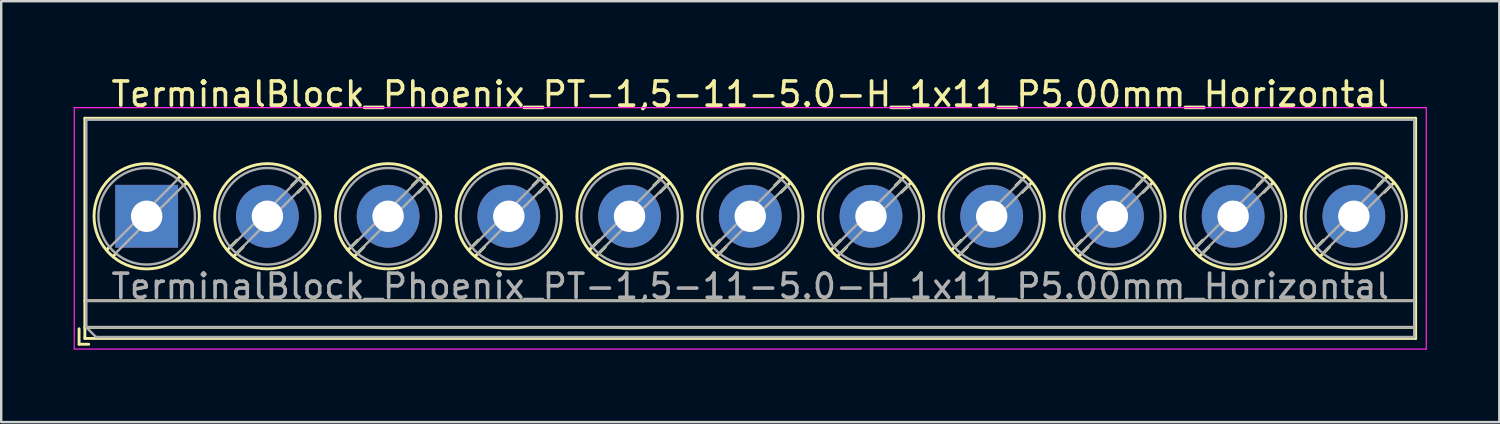
<source format=kicad_pcb>
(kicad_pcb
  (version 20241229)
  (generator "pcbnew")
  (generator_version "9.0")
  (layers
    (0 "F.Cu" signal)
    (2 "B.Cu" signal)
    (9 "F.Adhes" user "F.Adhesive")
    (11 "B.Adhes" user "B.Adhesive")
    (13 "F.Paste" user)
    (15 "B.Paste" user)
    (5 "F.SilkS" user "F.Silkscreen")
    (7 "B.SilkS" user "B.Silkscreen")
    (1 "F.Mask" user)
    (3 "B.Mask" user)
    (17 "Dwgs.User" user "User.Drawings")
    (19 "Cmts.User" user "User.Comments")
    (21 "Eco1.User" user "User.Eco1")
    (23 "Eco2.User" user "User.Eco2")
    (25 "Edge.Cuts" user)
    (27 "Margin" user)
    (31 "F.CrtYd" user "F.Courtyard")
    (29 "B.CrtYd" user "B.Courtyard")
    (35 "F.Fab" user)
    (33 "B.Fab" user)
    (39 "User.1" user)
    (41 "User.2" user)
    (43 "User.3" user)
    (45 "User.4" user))
  (footprint "TerminalBlock_Phoenix_PT-1,5-11-5.0-H_1x11_P5.00mm_Horizontal"
    (layer "F.Cu")
    (at 3.025 5.908)
    (property "Reference" "TerminalBlock_Phoenix_PT-1,5-11-5.0-H_1x11_P5.00mm_Horizontal" (at 25 -5.06 0) (layer "F.SilkS") (effects (font (size 1 1) (thickness 0.15))))
    (attr through_hole)
    (fp_line (start -2.8 4.66) (end -2.8 5.3) (stroke (width 0.12) (type solid)) (layer "F.SilkS"))
    (fp_line (start -2.8 5.3) (end -2.4 5.3) (stroke (width 0.12) (type solid)) (layer "F.SilkS"))
    (fp_line (start -2.56 -4.06) (end -2.56 5.06) (stroke (width 0.12) (type solid)) (layer "F.SilkS"))
    (fp_line (start -2.56 -4.06) (end 52.56 -4.06) (stroke (width 0.12) (type solid)) (layer "F.SilkS"))
    (fp_line (start -2.56 3.5) (end 52.56 3.5) (stroke (width 0.12) (type solid)) (layer "F.SilkS"))
    (fp_line (start -2.56 4.6) (end 52.56 4.6) (stroke (width 0.12) (type solid)) (layer "F.SilkS"))
    (fp_line (start -2.56 5.06) (end 52.56 5.06) (stroke (width 0.12) (type solid)) (layer "F.SilkS"))
    (fp_line (start -1.548 1.281) (end -1.654 1.388) (stroke (width 0.12) (type solid)) (layer "F.SilkS"))
    (fp_line (start -1.282 1.547) (end -1.388 1.654) (stroke (width 0.12) (type solid)) (layer "F.SilkS"))
    (fp_line (start 1.388 -1.654) (end 1.281 -1.547) (stroke (width 0.12) (type solid)) (layer "F.SilkS"))
    (fp_line (start 1.654 -1.388) (end 1.547 -1.281) (stroke (width 0.12) (type solid)) (layer "F.SilkS"))
    (fp_line (start 3.742 0.992) (end 3.347 1.388) (stroke (width 0.12) (type solid)) (layer "F.SilkS"))
    (fp_line (start 3.993 1.274) (end 3.613 1.654) (stroke (width 0.12) (type solid)) (layer "F.SilkS"))
    (fp_line (start 6.388 -1.654) (end 6.008 -1.274) (stroke (width 0.12) (type solid)) (layer "F.SilkS"))
    (fp_line (start 6.654 -1.388) (end 6.259 -0.992) (stroke (width 0.12) (type solid)) (layer "F.SilkS"))
    (fp_line (start 8.742 0.992) (end 8.347 1.388) (stroke (width 0.12) (type solid)) (layer "F.SilkS"))
    (fp_line (start 8.993 1.274) (end 8.613 1.654) (stroke (width 0.12) (type solid)) (layer "F.SilkS"))
    (fp_line (start 11.388 -1.654) (end 11.008 -1.274) (stroke (width 0.12) (type solid)) (layer "F.SilkS"))
    (fp_line (start 11.654 -1.388) (end 11.259 -0.992) (stroke (width 0.12) (type solid)) (layer "F.SilkS"))
    (fp_line (start 13.742 0.992) (end 13.347 1.388) (stroke (width 0.12) (type solid)) (layer "F.SilkS"))
    (fp_line (start 13.993 1.274) (end 13.613 1.654) (stroke (width 0.12) (type solid)) (layer "F.SilkS"))
    (fp_line (start 16.388 -1.654) (end 16.008 -1.274) (stroke (width 0.12) (type solid)) (layer "F.SilkS"))
    (fp_line (start 16.654 -1.388) (end 16.259 -0.992) (stroke (width 0.12) (type solid)) (layer "F.SilkS"))
    (fp_line (start 18.742 0.992) (end 18.347 1.388) (stroke (width 0.12) (type solid)) (layer "F.SilkS"))
    (fp_line (start 18.993 1.274) (end 18.613 1.654) (stroke (width 0.12) (type solid)) (layer "F.SilkS"))
    (fp_line (start 21.388 -1.654) (end 21.008 -1.274) (stroke (width 0.12) (type solid)) (layer "F.SilkS"))
    (fp_line (start 21.654 -1.388) (end 21.259 -0.992) (stroke (width 0.12) (type solid)) (layer "F.SilkS"))
    (fp_line (start 23.742 0.992) (end 23.347 1.388) (stroke (width 0.12) (type solid)) (layer "F.SilkS"))
    (fp_line (start 23.993 1.274) (end 23.613 1.654) (stroke (width 0.12) (type solid)) (layer "F.SilkS"))
    (fp_line (start 26.388 -1.654) (end 26.008 -1.274) (stroke (width 0.12) (type solid)) (layer "F.SilkS"))
    (fp_line (start 26.654 -1.388) (end 26.259 -0.992) (stroke (width 0.12) (type solid)) (layer "F.SilkS"))
    (fp_line (start 28.742 0.992) (end 28.347 1.388) (stroke (width 0.12) (type solid)) (layer "F.SilkS"))
    (fp_line (start 28.993 1.274) (end 28.613 1.654) (stroke (width 0.12) (type solid)) (layer "F.SilkS"))
    (fp_line (start 31.388 -1.654) (end 31.008 -1.274) (stroke (width 0.12) (type solid)) (layer "F.SilkS"))
    (fp_line (start 31.654 -1.388) (end 31.259 -0.992) (stroke (width 0.12) (type solid)) (layer "F.SilkS"))
    (fp_line (start 33.742 0.992) (end 33.347 1.388) (stroke (width 0.12) (type solid)) (layer "F.SilkS"))
    (fp_line (start 33.993 1.274) (end 33.613 1.654) (stroke (width 0.12) (type solid)) (layer "F.SilkS"))
    (fp_line (start 36.388 -1.654) (end 36.008 -1.274) (stroke (width 0.12) (type solid)) (layer "F.SilkS"))
    (fp_line (start 36.654 -1.388) (end 36.259 -0.992) (stroke (width 0.12) (type solid)) (layer "F.SilkS"))
    (fp_line (start 38.742 0.992) (end 38.347 1.388) (stroke (width 0.12) (type solid)) (layer "F.SilkS"))
    (fp_line (start 38.993 1.274) (end 38.613 1.654) (stroke (width 0.12) (type solid)) (layer "F.SilkS"))
    (fp_line (start 41.388 -1.654) (end 41.008 -1.274) (stroke (width 0.12) (type solid)) (layer "F.SilkS"))
    (fp_line (start 41.654 -1.388) (end 41.259 -0.992) (stroke (width 0.12) (type solid)) (layer "F.SilkS"))
    (fp_line (start 43.742 0.992) (end 43.347 1.388) (stroke (width 0.12) (type solid)) (layer "F.SilkS"))
    (fp_line (start 43.993 1.274) (end 43.613 1.654) (stroke (width 0.12) (type solid)) (layer "F.SilkS"))
    (fp_line (start 46.388 -1.654) (end 46.008 -1.274) (stroke (width 0.12) (type solid)) (layer "F.SilkS"))
    (fp_line (start 46.654 -1.388) (end 46.259 -0.992) (stroke (width 0.12) (type solid)) (layer "F.SilkS"))
    (fp_line (start 48.742 0.992) (end 48.347 1.388) (stroke (width 0.12) (type solid)) (layer "F.SilkS"))
    (fp_line (start 48.993 1.274) (end 48.613 1.654) (stroke (width 0.12) (type solid)) (layer "F.SilkS"))
    (fp_line (start 51.388 -1.654) (end 51.008 -1.274) (stroke (width 0.12) (type solid)) (layer "F.SilkS"))
    (fp_line (start 51.654 -1.388) (end 51.259 -0.992) (stroke (width 0.12) (type solid)) (layer "F.SilkS"))
    (fp_line (start 52.56 -4.06) (end 52.56 5.06) (stroke (width 0.12) (type solid)) (layer "F.SilkS"))
    (fp_circle (center 0 0) (end 2.18 0) (stroke (width 0.12) (type solid)) (fill no) (layer "F.SilkS"))
    (fp_circle (center 5 0) (end 7.18 0) (stroke (width 0.12) (type solid)) (fill no) (layer "F.SilkS"))
    (fp_circle (center 10 0) (end 12.18 0) (stroke (width 0.12) (type solid)) (fill no) (layer "F.SilkS"))
    (fp_circle (center 15 0) (end 17.18 0) (stroke (width 0.12) (type solid)) (fill no) (layer "F.SilkS"))
    (fp_circle (center 20 0) (end 22.18 0) (stroke (width 0.12) (type solid)) (fill no) (layer "F.SilkS"))
    (fp_circle (center 25 0) (end 27.18 0) (stroke (width 0.12) (type solid)) (fill no) (layer "F.SilkS"))
    (fp_circle (center 30 0) (end 32.18 0) (stroke (width 0.12) (type solid)) (fill no) (layer "F.SilkS"))
    (fp_circle (center 35 0) (end 37.18 0) (stroke (width 0.12) (type solid)) (fill no) (layer "F.SilkS"))
    (fp_circle (center 40 0) (end 42.18 0) (stroke (width 0.12) (type solid)) (fill no) (layer "F.SilkS"))
    (fp_circle (center 45 0) (end 47.18 0) (stroke (width 0.12) (type solid)) (fill no) (layer "F.SilkS"))
    (fp_circle (center 50 0) (end 52.18 0) (stroke (width 0.12) (type solid)) (fill no) (layer "F.SilkS"))
    (fp_line (start -3 -4.5) (end -3 5.5) (stroke (width 0.05) (type solid)) (layer "F.CrtYd"))
    (fp_line (start -3 5.5) (end 53 5.5) (stroke (width 0.05) (type solid)) (layer "F.CrtYd"))
    (fp_line (start 53 -4.5) (end -3 -4.5) (stroke (width 0.05) (type solid)) (layer "F.CrtYd"))
    (fp_line (start 53 5.5) (end 53 -4.5) (stroke (width 0.05) (type solid)) (layer "F.CrtYd"))
    (fp_line (start -2.5 -4) (end 52.5 -4) (stroke (width 0.1) (type solid)) (layer "F.Fab"))
    (fp_line (start -2.5 3.5) (end 52.5 3.5) (stroke (width 0.1) (type solid)) (layer "F.Fab"))
    (fp_line (start -2.5 4.6) (end -2.5 -4) (stroke (width 0.1) (type solid)) (layer "F.Fab"))
    (fp_line (start -2.5 4.6) (end 52.5 4.6) (stroke (width 0.1) (type solid)) (layer "F.Fab"))
    (fp_line (start -2.1 5) (end -2.5 4.6) (stroke (width 0.1) (type solid)) (layer "F.Fab"))
    (fp_line (start 1.273 -1.517) (end -1.517 1.273) (stroke (width 0.1) (type solid)) (layer "F.Fab"))
    (fp_line (start 1.517 -1.273) (end -1.273 1.517) (stroke (width 0.1) (type solid)) (layer "F.Fab"))
    (fp_line (start 6.273 -1.517) (end 3.484 1.273) (stroke (width 0.1) (type solid)) (layer "F.Fab"))
    (fp_line (start 6.517 -1.273) (end 3.728 1.517) (stroke (width 0.1) (type solid)) (layer "F.Fab"))
    (fp_line (start 11.273 -1.517) (end 8.484 1.273) (stroke (width 0.1) (type solid)) (layer "F.Fab"))
    (fp_line (start 11.517 -1.273) (end 8.728 1.517) (stroke (width 0.1) (type solid)) (layer "F.Fab"))
    (fp_line (start 16.273 -1.517) (end 13.484 1.273) (stroke (width 0.1) (type solid)) (layer "F.Fab"))
    (fp_line (start 16.517 -1.273) (end 13.728 1.517) (stroke (width 0.1) (type solid)) (layer "F.Fab"))
    (fp_line (start 21.273 -1.517) (end 18.484 1.273) (stroke (width 0.1) (type solid)) (layer "F.Fab"))
    (fp_line (start 21.517 -1.273) (end 18.728 1.517) (stroke (width 0.1) (type solid)) (layer "F.Fab"))
    (fp_line (start 26.273 -1.517) (end 23.484 1.273) (stroke (width 0.1) (type solid)) (layer "F.Fab"))
    (fp_line (start 26.517 -1.273) (end 23.728 1.517) (stroke (width 0.1) (type solid)) (layer "F.Fab"))
    (fp_line (start 31.273 -1.517) (end 28.484 1.273) (stroke (width 0.1) (type solid)) (layer "F.Fab"))
    (fp_line (start 31.517 -1.273) (end 28.728 1.517) (stroke (width 0.1) (type solid)) (layer "F.Fab"))
    (fp_line (start 36.273 -1.517) (end 33.484 1.273) (stroke (width 0.1) (type solid)) (layer "F.Fab"))
    (fp_line (start 36.517 -1.273) (end 33.728 1.517) (stroke (width 0.1) (type solid)) (layer "F.Fab"))
    (fp_line (start 41.273 -1.517) (end 38.484 1.273) (stroke (width 0.1) (type solid)) (layer "F.Fab"))
    (fp_line (start 41.517 -1.273) (end 38.728 1.517) (stroke (width 0.1) (type solid)) (layer "F.Fab"))
    (fp_line (start 46.273 -1.517) (end 43.484 1.273) (stroke (width 0.1) (type solid)) (layer "F.Fab"))
    (fp_line (start 46.517 -1.273) (end 43.728 1.517) (stroke (width 0.1) (type solid)) (layer "F.Fab"))
    (fp_line (start 51.273 -1.517) (end 48.484 1.273) (stroke (width 0.1) (type solid)) (layer "F.Fab"))
    (fp_line (start 51.517 -1.273) (end 48.728 1.517) (stroke (width 0.1) (type solid)) (layer "F.Fab"))
    (fp_line (start 52.5 -4) (end 52.5 5) (stroke (width 0.1) (type solid)) (layer "F.Fab"))
    (fp_line (start 52.5 5) (end -2.1 5) (stroke (width 0.1) (type solid)) (layer "F.Fab"))
    (fp_circle (center 0 0) (end 2 0) (stroke (width 0.1) (type solid)) (fill no) (layer "F.Fab"))
    (fp_circle (center 5 0) (end 7 0) (stroke (width 0.1) (type solid)) (fill no) (layer "F.Fab"))
    (fp_circle (center 10 0) (end 12 0) (stroke (width 0.1) (type solid)) (fill no) (layer "F.Fab"))
    (fp_circle (center 15 0) (end 17 0) (stroke (width 0.1) (type solid)) (fill no) (layer "F.Fab"))
    (fp_circle (center 20 0) (end 22 0) (stroke (width 0.1) (type solid)) (fill no) (layer "F.Fab"))
    (fp_circle (center 25 0) (end 27 0) (stroke (width 0.1) (type solid)) (fill no) (layer "F.Fab"))
    (fp_circle (center 30 0) (end 32 0) (stroke (width 0.1) (type solid)) (fill no) (layer "F.Fab"))
    (fp_circle (center 35 0) (end 37 0) (stroke (width 0.1) (type solid)) (fill no) (layer "F.Fab"))
    (fp_circle (center 40 0) (end 42 0) (stroke (width 0.1) (type solid)) (fill no) (layer "F.Fab"))
    (fp_circle (center 45 0) (end 47 0) (stroke (width 0.1) (type solid)) (fill no) (layer "F.Fab"))
    (fp_circle (center 50 0) (end 52 0) (stroke (width 0.1) (type solid)) (fill no) (layer "F.Fab"))
    (fp_text user "${REFERENCE}" (at 25 2.9 0) (layer "F.Fab") (effects (font (size 1 1) (thickness 0.15))))
    (pad "1" thru_hole rect (at 0 0) (size 2.6 2.6) (drill 1.3) (layers "*.Cu" "*.Mask"))
    (pad "2" thru_hole circle (at 5 0) (size 2.6 2.6) (drill 1.3) (layers "*.Cu" "*.Mask"))
    (pad "3" thru_hole circle (at 10 0) (size 2.6 2.6) (drill 1.3) (layers "*.Cu" "*.Mask"))
    (pad "4" thru_hole circle (at 15 0) (size 2.6 2.6) (drill 1.3) (layers "*.Cu" "*.Mask"))
    (pad "5" thru_hole circle (at 20 0) (size 2.6 2.6) (drill 1.3) (layers "*.Cu" "*.Mask"))
    (pad "6" thru_hole circle (at 25 0) (size 2.6 2.6) (drill 1.3) (layers "*.Cu" "*.Mask"))
    (pad "7" thru_hole circle (at 30 0) (size 2.6 2.6) (drill 1.3) (layers "*.Cu" "*.Mask"))
    (pad "8" thru_hole circle (at 35 0) (size 2.6 2.6) (drill 1.3) (layers "*.Cu" "*.Mask"))
    (pad "9" thru_hole circle (at 40 0) (size 2.6 2.6) (drill 1.3) (layers "*.Cu" "*.Mask"))
    (pad "10" thru_hole circle (at 45 0) (size 2.6 2.6) (drill 1.3) (layers "*.Cu" "*.Mask"))
    (pad "11" thru_hole circle (at 50 0) (size 2.6 2.6) (drill 1.3) (layers "*.Cu" "*.Mask")))
  (gr_rect
    (start -3 -3)
    (end 59.05 14.433)
    (stroke (width 0.1) (type default))
    (fill no)
    (layer "Edge.Cuts")))
</source>
